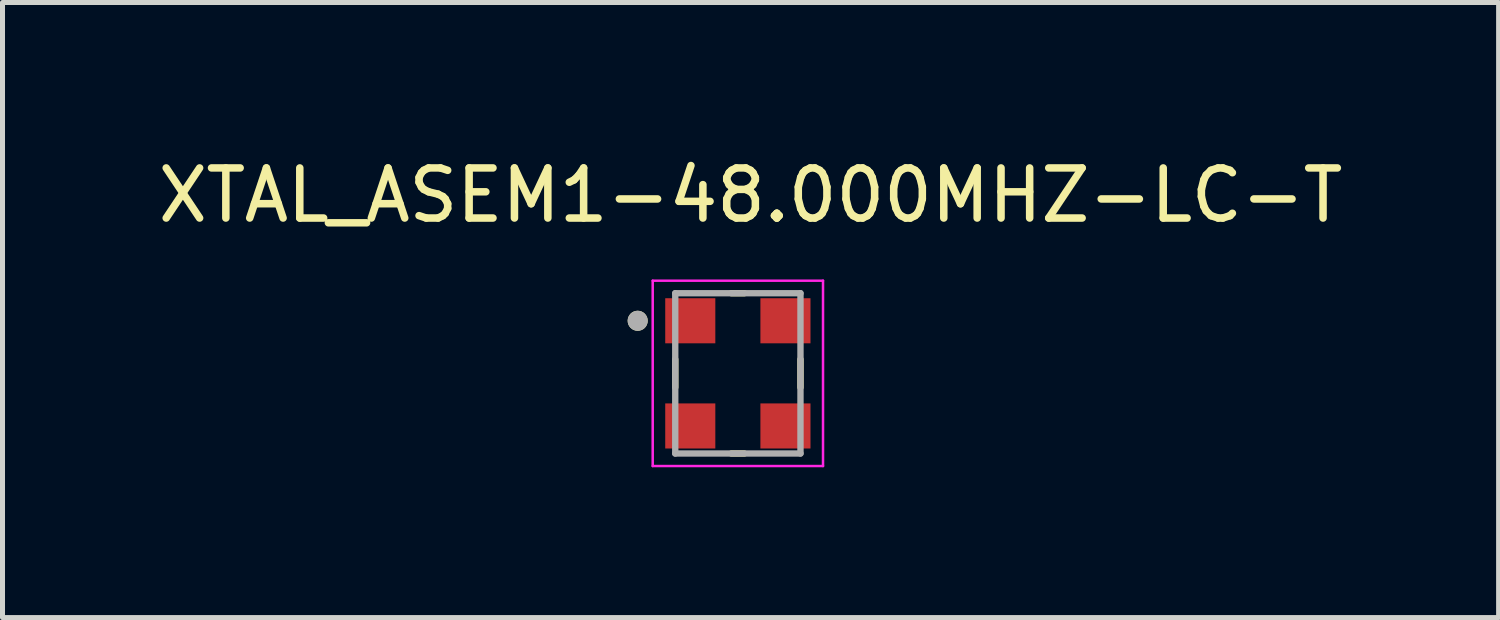
<source format=kicad_pcb>
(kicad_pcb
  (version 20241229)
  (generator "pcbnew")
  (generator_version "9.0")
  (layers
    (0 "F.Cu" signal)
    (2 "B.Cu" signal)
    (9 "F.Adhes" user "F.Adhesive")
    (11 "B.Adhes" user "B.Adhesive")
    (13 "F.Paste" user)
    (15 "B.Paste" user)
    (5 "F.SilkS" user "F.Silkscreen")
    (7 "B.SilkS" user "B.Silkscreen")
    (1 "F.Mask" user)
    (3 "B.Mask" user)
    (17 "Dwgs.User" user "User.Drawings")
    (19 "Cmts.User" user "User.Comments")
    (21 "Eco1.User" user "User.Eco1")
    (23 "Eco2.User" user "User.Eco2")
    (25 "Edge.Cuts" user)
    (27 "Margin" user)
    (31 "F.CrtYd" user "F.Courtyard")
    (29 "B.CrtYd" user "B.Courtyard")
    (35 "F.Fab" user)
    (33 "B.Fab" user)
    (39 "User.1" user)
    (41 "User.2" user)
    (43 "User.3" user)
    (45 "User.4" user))
  (footprint "XTAL_ASEM1-48.000MHZ-LC-T"
    (layer "F.Cu")
    (at 11.681 4.404)
    (property "Reference" "XTAL_ASEM1-48.000MHZ-LC-T" (at 0.254 -3.556 0) (layer "F.SilkS") (effects (font (size 1 1) (thickness 0.15))))
    (attr smd)
    (fp_line (start -1.25 -0.28) (end -1.25 0.28) (stroke (width 0.127) (type solid)) (layer "F.SilkS"))
    (fp_line (start -0.13 -1.6) (end 0.13 -1.6) (stroke (width 0.127) (type solid)) (layer "F.SilkS"))
    (fp_line (start 0.13 1.6) (end -0.13 1.6) (stroke (width 0.127) (type solid)) (layer "F.SilkS"))
    (fp_line (start 1.25 0.28) (end 1.25 -0.28) (stroke (width 0.127) (type solid)) (layer "F.SilkS"))
    (fp_circle (center -2 -1.05) (end -1.9 -1.05) (stroke (width 0.2) (type solid)) (fill no) (layer "F.SilkS"))
    (fp_line (start -1.7 -1.85) (end 1.7 -1.85) (stroke (width 0.05) (type solid)) (layer "F.CrtYd"))
    (fp_line (start -1.7 1.85) (end -1.7 -1.85) (stroke (width 0.05) (type solid)) (layer "F.CrtYd"))
    (fp_line (start 1.7 -1.85) (end 1.7 1.85) (stroke (width 0.05) (type solid)) (layer "F.CrtYd"))
    (fp_line (start 1.7 1.85) (end -1.7 1.85) (stroke (width 0.05) (type solid)) (layer "F.CrtYd"))
    (fp_line (start -1.25 -1.6) (end 1.25 -1.6) (stroke (width 0.127) (type solid)) (layer "F.Fab"))
    (fp_line (start -1.25 1.6) (end -1.25 -1.6) (stroke (width 0.127) (type solid)) (layer "F.Fab"))
    (fp_line (start 1.25 -1.6) (end 1.25 1.6) (stroke (width 0.127) (type solid)) (layer "F.Fab"))
    (fp_line (start 1.25 1.6) (end -1.25 1.6) (stroke (width 0.127) (type solid)) (layer "F.Fab"))
    (fp_circle (center -2 -1.05) (end -1.9 -1.05) (stroke (width 0.2) (type solid)) (fill no) (layer "F.Fab"))
    (pad "1" smd rect (at -0.95 -1.05) (size 1 0.9) (layers "F.Cu" "F.Mask" "F.Paste"))
    (pad "2" smd rect (at -0.95 1.05) (size 1 0.9) (layers "F.Cu" "F.Mask" "F.Paste"))
    (pad "3" smd rect (at 0.95 1.05) (size 1 0.9) (layers "F.Cu" "F.Mask" "F.Paste"))
    (pad "4" smd rect (at 0.95 -1.05) (size 1 0.9) (layers "F.Cu" "F.Mask" "F.Paste")))
  (gr_rect
    (start -3 -3)
    (end 26.869 9.279)
    (stroke (width 0.1) (type default))
    (fill no)
    (layer "Edge.Cuts")))
</source>
